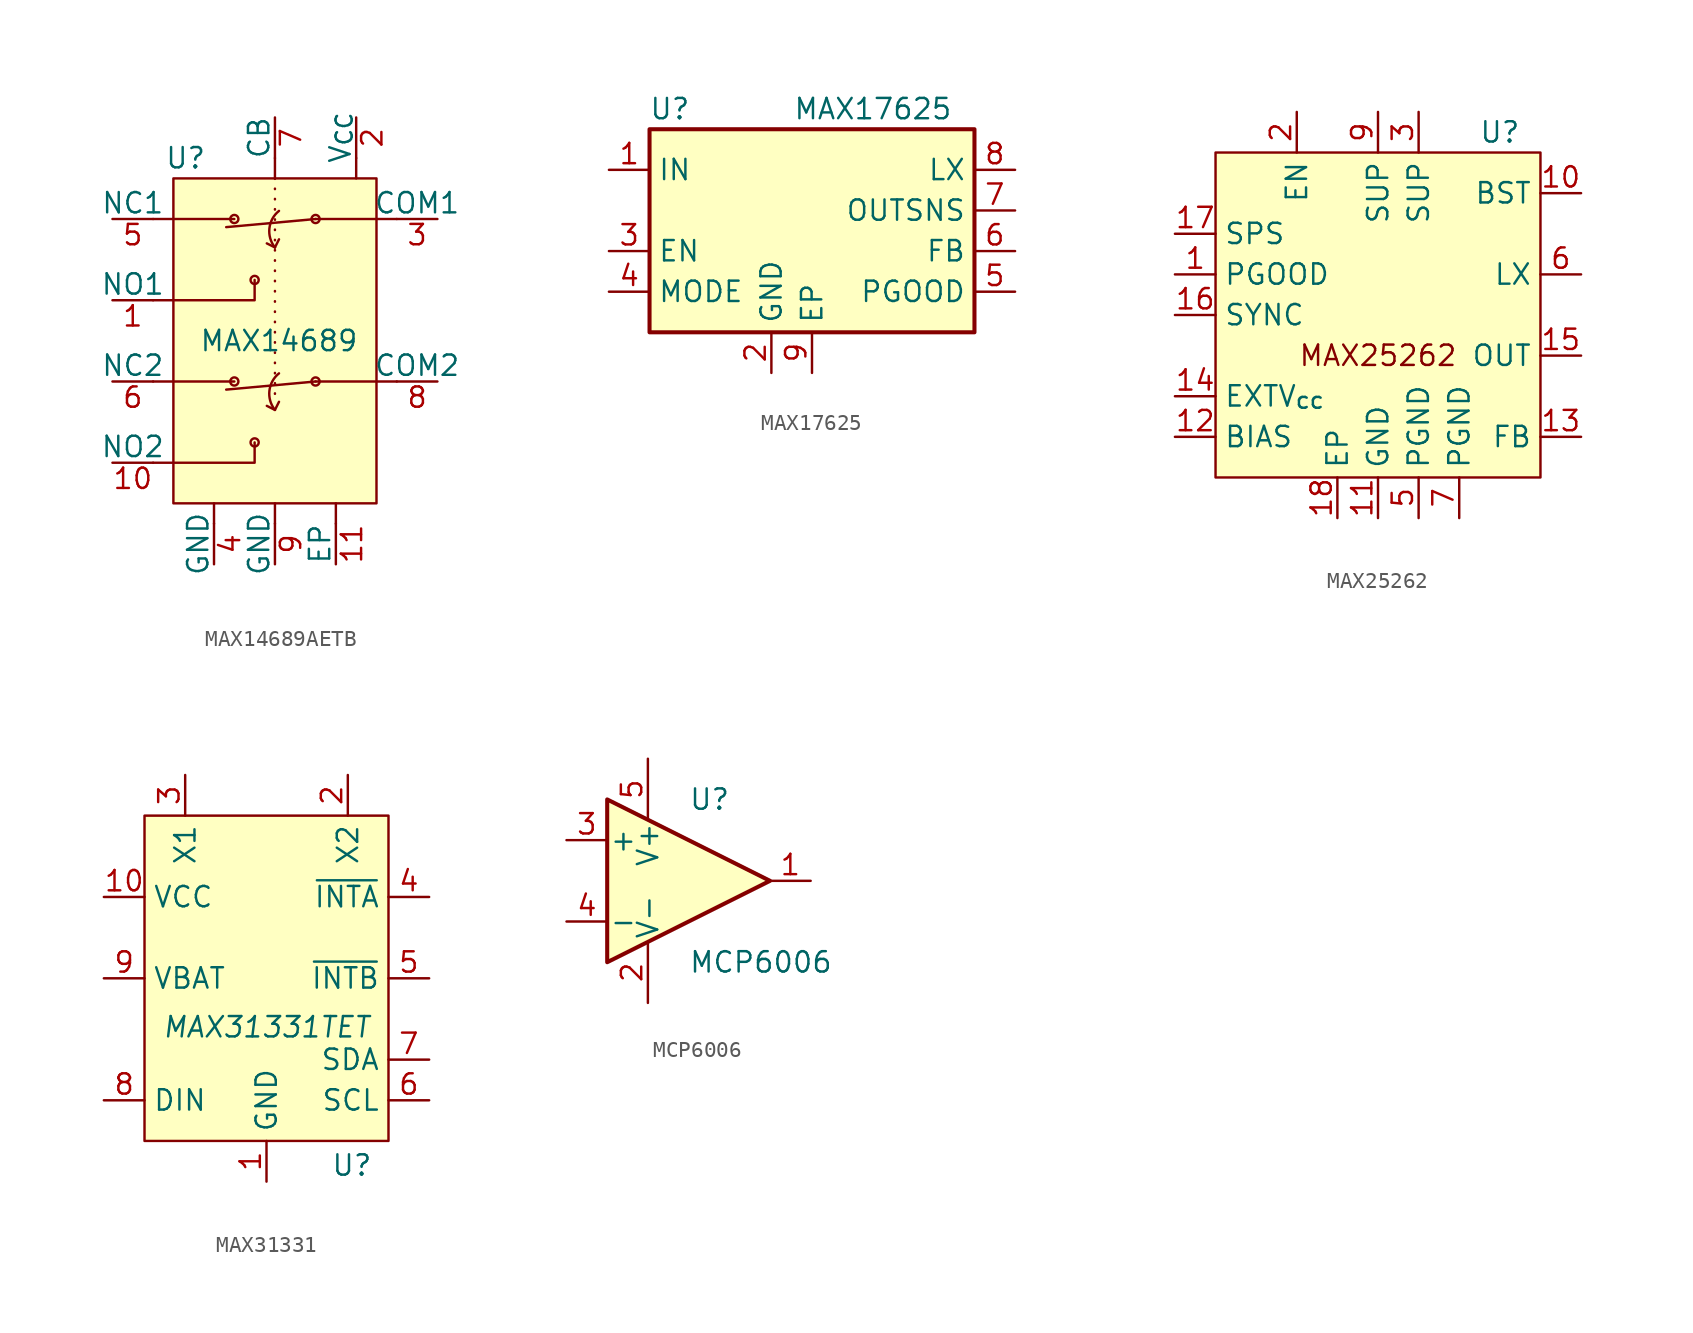
<source format=kicad_sym>
(kicad_symbol_lib
  (version 20241209)
  (generator "kicad_symbol_editor")
  (generator_version "9.0")
  (symbol "MAX14689AETB"
    (pin_names
      (offset 0))
    (property "Reference" "U"
      (at -5.588 11.43 0)
      (effects (font (size 1.27 1.27))))
    (property "Value" "MAX14689"
      (at 0.254 0 0)
      (effects (font (size 1.27 1.27))))
    (symbol "MAX14689AETB_0_1"
      (circle (center -2.54 7.62) (radius 0.254) (stroke (width 0) (type default)) (fill (type none)))
      (polyline (pts (xy -2.54 7.62) (xy -7.62 7.62)) (stroke (width 0) (type default)) (fill (type none)))
      (circle (center -2.54 -2.54) (radius 0.254) (stroke (width 0) (type default)) (fill (type none)))
      (polyline (pts (xy -2.54 -2.54) (xy -7.62 -2.54)) (stroke (width 0) (type default)) (fill (type none)))
      (circle (center -1.27 3.81) (radius 0.254) (stroke (width 0) (type default)) (fill (type none)))
      (polyline (pts (xy -1.27 3.81) (xy -1.27 2.54) (xy -7.62 2.54)) (stroke (width 0) (type default)) (fill (type none)))
      (circle (center -1.27 -6.35) (radius 0.254) (stroke (width 0) (type default)) (fill (type none)))
      (polyline (pts (xy -1.27 -6.35) (xy -1.27 -7.62) (xy -7.62 -7.62)) (stroke (width 0) (type default)) (fill (type none)))
      (polyline (pts (xy 0 5.842) (xy -0.508 6.096)) (stroke (width 0) (type default)) (fill (type none)))
      (polyline (pts (xy 0 -4.318) (xy -0.508 -4.064)) (stroke (width 0) (type default)) (fill (type none)))
      (polyline (pts (xy 0.254 6.35) (xy 0 5.842)) (stroke (width 0) (type default)) (fill (type none)))
      (polyline (pts (xy 0.254 -3.81) (xy 0 -4.318)) (stroke (width 0) (type default)) (fill (type none)))
      (arc (start 0 5.842) (mid -0.3464 7.0376) (end 0.254 8.128) (stroke (width 0) (type default)) (fill (type none)))
      (arc (start 0 -4.318) (mid -0.3464 -3.1224) (end 0.254 -2.032) (stroke (width 0) (type default)) (fill (type none)))
      (polyline (pts (xy 2.54 7.62) (xy -3.048 7.112)) (stroke (width 0) (type default)) (fill (type none)))
      (polyline (pts (xy 2.54 7.62) (xy 7.62 7.62)) (stroke (width 0) (type default)) (fill (type none)))
      (circle (center 2.54 7.62) (radius 0.254) (stroke (width 0) (type default)) (fill (type none)))
      (polyline (pts (xy 2.54 -2.54) (xy -3.048 -3.048)) (stroke (width 0) (type default)) (fill (type none)))
      (polyline (pts (xy 2.54 -2.54) (xy 7.62 -2.54)) (stroke (width 0) (type default)) (fill (type none)))
      (circle (center 2.54 -2.54) (radius 0.254) (stroke (width 0) (type default)) (fill (type none))))
    (symbol "MAX14689AETB_1_1"
      (rectangle (start -6.35 10.16) (end 6.35 -10.16) (stroke (width 0) (type default)) (fill (type background)))
      (polyline (pts (xy -3.81 -11.43) (xy -3.81 -10.16)) (stroke (width 0) (type default)) (fill (type none)))
      (polyline (pts (xy 0 11.43) (xy 0 10.16)) (stroke (width 0) (type default)) (fill (type none)))
      (polyline (pts (xy 0 10.16) (xy 0 -3.81)) (stroke (width 0) (type dot)) (fill (type none)))
      (polyline (pts (xy 0 -11.43) (xy 0 -10.16)) (stroke (width 0) (type default)) (fill (type none)))
      (polyline (pts (xy 3.81 -11.43) (xy 3.81 -10.16)) (stroke (width 0) (type default)) (fill (type none)))
      (polyline (pts (xy 5.08 11.43) (xy 5.08 10.16)) (stroke (width 0) (type default)) (fill (type none)))
      (pin bidirectional line (at -10.16 7.62 0) (length 2.54) (name "NC1" (effects (font (size 1.27 1.27)))) (number "5" (effects (font (size 1.27 1.27)))))
      (pin bidirectional line (at -10.16 2.54 0) (length 2.54) (name "NO1" (effects (font (size 1.27 1.27)))) (number "1" (effects (font (size 1.27 1.27)))))
      (pin bidirectional line (at -10.16 -2.54 0) (length 2.54) (name "NC2" (effects (font (size 1.27 1.27)))) (number "6" (effects (font (size 1.27 1.27)))))
      (pin bidirectional line (at -10.16 -7.62 0) (length 2.54) (name "NO2" (effects (font (size 1.27 1.27)))) (number "10" (effects (font (size 1.27 1.27)))))
      (pin bidirectional line (at -3.81 -13.97 90) (length 2.54) (name "GND" (effects (font (size 1.27 1.27)))) (number "4" (effects (font (size 1.27 1.27)))))
      (pin input line (at 0 13.97 270) (length 2.54) (name "CB" (effects (font (size 1.27 1.27)))) (number "7" (effects (font (size 1.27 1.27)))))
      (pin bidirectional line (at 0 -13.97 90) (length 2.54) (name "GND" (effects (font (size 1.27 1.27)))) (number "9" (effects (font (size 1.27 1.27)))))
      (pin bidirectional line (at 3.81 -13.97 90) (length 2.54) (name "EP" (effects (font (size 1.27 1.27)))) (number "11" (effects (font (size 1.27 1.27)))))
      (pin input line (at 5.08 13.97 270) (length 2.54) (name "V_{CC}" (effects (font (size 1.27 1.27)))) (number "2" (effects (font (size 1.27 1.27)))))
      (pin bidirectional line (at 10.16 7.62 180) (length 2.54) (name "COM1" (effects (font (size 1.27 1.27)))) (number "3" (effects (font (size 1.27 1.27)))))
      (pin bidirectional line (at 10.16 -2.54 180) (length 2.54) (name "COM2" (effects (font (size 1.27 1.27)))) (number "8" (effects (font (size 1.27 1.27)))))))
  (symbol "MAX17625"
    (property "Reference" "U"
      (at -8.89 6.35 0)
      (effects (font (size 1.27 1.27))))
    (property "Value" "MAX17625"
      (at 3.81 6.35 0)
      (effects (font (size 1.27 1.27))))
    (symbol "MAX17625_0_1"
      (rectangle (start -10.16 5.08) (end 10.16 -7.62) (stroke (width 0.254) (type default)) (fill (type background))))
    (symbol "MAX17625_1_1"
      (pin power_in line (at -12.7 2.54 0) (length 2.54) (name "IN" (effects (font (size 1.27 1.27)))) (number "1" (effects (font (size 1.27 1.27)))))
      (pin input line (at -12.7 -2.54 0) (length 2.54) (name "EN" (effects (font (size 1.27 1.27)))) (number "3" (effects (font (size 1.27 1.27)))))
      (pin input line (at -12.7 -5.08 0) (length 2.54) (name "MODE" (effects (font (size 1.27 1.27)))) (number "4" (effects (font (size 1.27 1.27)))))
      (pin power_in line (at -2.54 -10.16 90) (length 2.54) (name "GND" (effects (font (size 1.27 1.27)))) (number "2" (effects (font (size 1.27 1.27)))))
      (pin passive line (at 0 -10.16 90) (length 2.54) (name "EP" (effects (font (size 1.27 1.27)))) (number "9" (effects (font (size 1.27 1.27)))))
      (pin power_out line (at 12.7 2.54 180) (length 2.54) (name "LX" (effects (font (size 1.27 1.27)))) (number "8" (effects (font (size 1.27 1.27)))))
      (pin input line (at 12.7 0 180) (length 2.54) (name "OUTSNS" (effects (font (size 1.27 1.27)))) (number "7" (effects (font (size 1.27 1.27)))))
      (pin input line (at 12.7 -2.54 180) (length 2.54) (name "FB" (effects (font (size 1.27 1.27)))) (number "6" (effects (font (size 1.27 1.27)))))
      (pin open_collector line (at 12.7 -5.08 180) (length 2.54) (name "PGOOD" (effects (font (size 1.27 1.27)))) (number "5" (effects (font (size 1.27 1.27)))))))
  (symbol "MAX25262"
    (property "Reference" "U"
      (at 7.62 11.43 0)
      (effects (font (size 1.27 1.27))))
    (property "Value" ""
      (at 0 0 0)
      (effects (font (size 1.27 1.27))))
    (symbol "MAX25262_1_1"
      (rectangle (start -10.16 10.16) (end 10.16 -10.16) (stroke (width 0) (type default)) (fill (type background)))
      (text "MAX25262" (at 0 -2.54 0) (effects (font (size 1.27 1.27))))
      (pin input line (at -12.7 5.08 0) (length 2.54) (name "SPS" (effects (font (size 1.27 1.27)))) (number "17" (effects (font (size 1.27 1.27)))))
      (pin open_collector line (at -12.7 2.54 0) (length 2.54) (name "PGOOD" (effects (font (size 1.27 1.27)))) (number "1" (effects (font (size 1.27 1.27)))))
      (pin input line (at -12.7 0 0) (length 2.54) (name "SYNC" (effects (font (size 1.27 1.27)))) (number "16" (effects (font (size 1.27 1.27)))))
      (pin bidirectional line (at -12.7 -5.08 0) (length 2.54) (name "EXTV_{cc}" (effects (font (size 1.27 1.27)))) (number "14" (effects (font (size 1.27 1.27)))))
      (pin bidirectional line (at -12.7 -7.62 0) (length 2.54) (name "BIAS" (effects (font (size 1.27 1.27)))) (number "12" (effects (font (size 1.27 1.27)))))
      (pin input line (at -5.08 12.7 270) (length 2.54) (name "EN" (effects (font (size 1.27 1.27)))) (number "2" (effects (font (size 1.27 1.27)))))
      (pin no_connect line (at -5.08 -12.7 90) (length 2.54) (hide yes) (name "NC" (effects (font (size 1.27 1.27)))) (number "8" (effects (font (size 1.27 1.27)))))
      (pin passive line (at -2.54 -12.7 90) (length 2.54) (name "EP" (effects (font (size 1.27 1.27)))) (number "18" (effects (font (size 1.27 1.27)))))
      (pin power_in line (at 0 12.7 270) (length 2.54) (name "SUP" (effects (font (size 1.27 1.27)))) (number "9" (effects (font (size 1.27 1.27)))))
      (pin bidirectional line (at 0 -12.7 90) (length 2.54) (name "GND" (effects (font (size 1.27 1.27)))) (number "11" (effects (font (size 1.27 1.27)))))
      (pin power_in line (at 2.54 12.7 270) (length 2.54) (name "SUP" (effects (font (size 1.27 1.27)))) (number "3" (effects (font (size 1.27 1.27)))))
      (pin bidirectional line (at 2.54 -12.7 90) (length 2.54) (name "PGND" (effects (font (size 1.27 1.27)))) (number "5" (effects (font (size 1.27 1.27)))))
      (pin bidirectional line (at 5.08 -12.7 90) (length 2.54) (name "PGND" (effects (font (size 1.27 1.27)))) (number "7" (effects (font (size 1.27 1.27)))))
      (pin no_connect line (at 7.62 -12.7 90) (length 2.54) (hide yes) (name "NC" (effects (font (size 1.27 1.27)))) (number "4" (effects (font (size 1.27 1.27)))))
      (pin power_in line (at 12.7 7.62 180) (length 2.54) (name "BST" (effects (font (size 1.27 1.27)))) (number "10" (effects (font (size 1.27 1.27)))))
      (pin power_out line (at 12.7 2.54 180) (length 2.54) (name "LX" (effects (font (size 1.27 1.27)))) (number "6" (effects (font (size 1.27 1.27)))))
      (pin input line (at 12.7 -2.54 180) (length 2.54) (name "OUT" (effects (font (size 1.27 1.27)))) (number "15" (effects (font (size 1.27 1.27)))))
      (pin input line (at 12.7 -7.62 180) (length 2.54) (name "FB" (effects (font (size 1.27 1.27)))) (number "13" (effects (font (size 1.27 1.27)))))))
  (symbol "MAX31331"
    (property "Reference" "U"
      (at 5.334 -11.684 0)
      (effects (font (size 1.27 1.27))))
    (property "Value" "MAX31331TET"
      (at 0 -3.048 0)
      (effects (font (size 1.27 1.27) (italic yes))))
    (symbol "MAX31331_1_1"
      (rectangle (start -7.62 10.16) (end 7.62 -10.16) (stroke (width 0) (type default)) (fill (type background)))
      (pin power_in line (at -10.16 5.08 0) (length 2.54) (name "VCC" (effects (font (size 1.27 1.27)))) (number "10" (effects (font (size 1.27 1.27)))))
      (pin bidirectional line (at -10.16 0 0) (length 2.54) (name "VBAT" (effects (font (size 1.27 1.27)))) (number "9" (effects (font (size 1.27 1.27)))))
      (pin input line (at -10.16 -7.62 0) (length 2.54) (name "DIN" (effects (font (size 1.27 1.27)))) (number "8" (effects (font (size 1.27 1.27)))))
      (pin bidirectional line (at -5.08 12.7 270) (length 2.54) (name "X1" (effects (font (size 1.27 1.27)))) (number "3" (effects (font (size 1.27 1.27)))))
      (pin bidirectional line (at 0 -12.7 90) (length 2.54) (name "GND" (effects (font (size 1.27 1.27)))) (number "1" (effects (font (size 1.27 1.27)))))
      (pin bidirectional line (at 5.08 12.7 270) (length 2.54) (name "X2" (effects (font (size 1.27 1.27)))) (number "2" (effects (font (size 1.27 1.27)))))
      (pin open_collector line (at 10.16 5.08 180) (length 2.54) (name "~{INTA}" (effects (font (size 1.27 1.27)))) (number "4" (effects (font (size 1.27 1.27)))))
      (pin open_collector line (at 10.16 0 180) (length 2.54) (name "~{INTB}" (effects (font (size 1.27 1.27)))) (number "5" (effects (font (size 1.27 1.27)))))
      (pin open_collector line (at 10.16 -5.08 180) (length 2.54) (name "SDA" (effects (font (size 1.27 1.27)))) (number "7" (effects (font (size 1.27 1.27)))))
      (pin input line (at 10.16 -7.62 180) (length 2.54) (name "SCL" (effects (font (size 1.27 1.27)))) (number "6" (effects (font (size 1.27 1.27)))))))
  (symbol "MCP6006"
    (pin_names
      (offset 0.127))
    (property "Reference" "U"
      (at 0 5.08 0)
      (effects (font (size 1.27 1.27)) (justify left)))
    (property "Value" "MCP6006"
      (at 0 -5.08 0)
      (effects (font (size 1.27 1.27)) (justify left)))
    (symbol "MCP6006_0_1"
      (polyline (pts (xy -5.08 5.08) (xy 5.08 0) (xy -5.08 -5.08) (xy -5.08 5.08)) (stroke (width 0.254) (type default)) (fill (type background)))
      (pin power_in line (at -2.54 7.62 270) (length 3.81) (name "V+" (effects (font (size 1.27 1.27)))) (number "5" (effects (font (size 1.27 1.27)))))
      (pin power_in line (at -2.54 -7.62 90) (length 3.81) (name "V-" (effects (font (size 1.27 1.27)))) (number "2" (effects (font (size 1.27 1.27))))))
    (symbol "MCP6006_1_1"
      (pin input line (at -7.62 2.54 0) (length 2.54) (name "+" (effects (font (size 1.27 1.27)))) (number "3" (effects (font (size 1.27 1.27)))))
      (pin input line (at -7.62 -2.54 0) (length 2.54) (name "-" (effects (font (size 1.27 1.27)))) (number "4" (effects (font (size 1.27 1.27)))))
      (pin output line (at 7.62 0 180) (length 2.54) (name "~" (effects (font (size 1.27 1.27)))) (number "1" (effects (font (size 1.27 1.27))))))))
</source>
